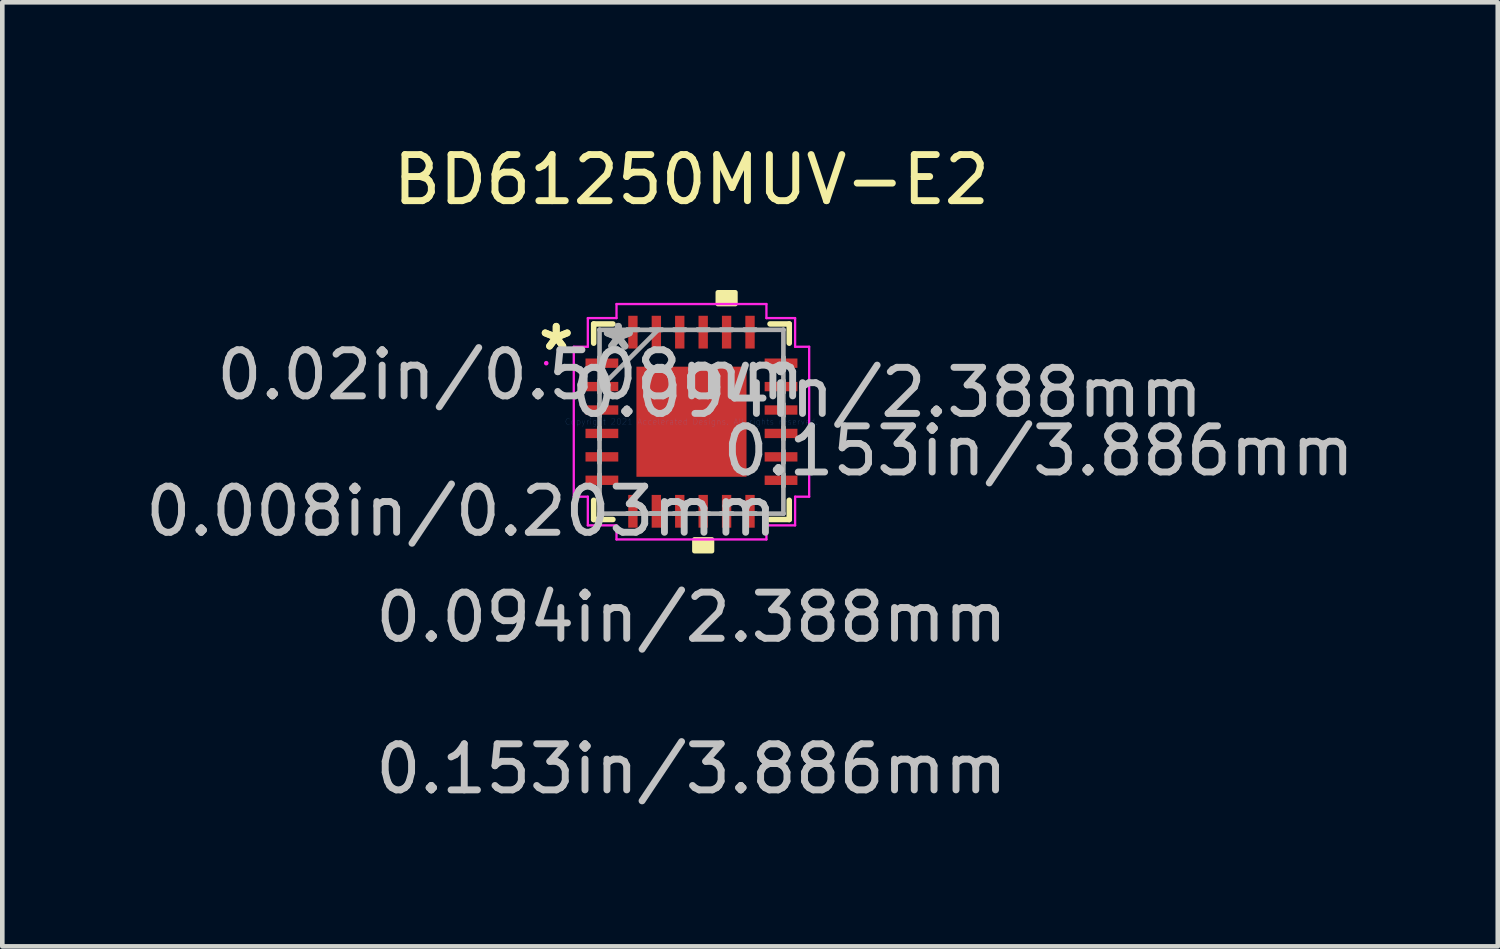
<source format=kicad_pcb>
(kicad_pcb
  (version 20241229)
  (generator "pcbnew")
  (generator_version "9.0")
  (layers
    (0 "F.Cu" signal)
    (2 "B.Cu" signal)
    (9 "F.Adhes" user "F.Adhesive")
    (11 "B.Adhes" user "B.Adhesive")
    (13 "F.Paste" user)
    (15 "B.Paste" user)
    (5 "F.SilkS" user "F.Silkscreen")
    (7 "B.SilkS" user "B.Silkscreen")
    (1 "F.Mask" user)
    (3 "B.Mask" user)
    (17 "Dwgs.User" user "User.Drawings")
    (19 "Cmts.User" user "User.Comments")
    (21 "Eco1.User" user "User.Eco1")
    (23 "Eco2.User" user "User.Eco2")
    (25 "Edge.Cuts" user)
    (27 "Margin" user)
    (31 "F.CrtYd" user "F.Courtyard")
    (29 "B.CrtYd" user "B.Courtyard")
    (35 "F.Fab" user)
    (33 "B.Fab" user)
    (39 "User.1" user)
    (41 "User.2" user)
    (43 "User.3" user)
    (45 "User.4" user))
  (footprint "BD61250MUV-E2"
    (layer "F.Cu")
    (at 11.949 6.098)
    (property "Reference" "BD61250MUV-E2" (at 0 -5.25 0) (layer "F.SilkS") (effects (font (size 1 1) (thickness 0.15))))
    (attr through_hole)
    (fp_line (start -2.121 -2.121) (end -2.121 -1.704) (stroke (width 0.12) (type solid)) (layer "F.SilkS"))
    (fp_line (start -2.121 1.704) (end -2.121 2.121) (stroke (width 0.12) (type solid)) (layer "F.SilkS"))
    (fp_line (start -2.121 2.121) (end -1.704 2.121) (stroke (width 0.12) (type solid)) (layer "F.SilkS"))
    (fp_line (start -1.704 -2.121) (end -2.121 -2.121) (stroke (width 0.12) (type solid)) (layer "F.SilkS"))
    (fp_line (start 1.704 2.121) (end 2.121 2.121) (stroke (width 0.12) (type solid)) (layer "F.SilkS"))
    (fp_line (start 2.121 -2.121) (end 1.704 -2.121) (stroke (width 0.12) (type solid)) (layer "F.SilkS"))
    (fp_line (start 2.121 -1.704) (end 2.121 -2.121) (stroke (width 0.12) (type solid)) (layer "F.SilkS"))
    (fp_line (start 2.121 2.121) (end 2.121 1.704) (stroke (width 0.12) (type solid)) (layer "F.SilkS"))
    (fp_poly (pts (xy 0.064 2.553) (xy 0.064 2.807) (xy 0.445 2.807) (xy 0.445 2.553)) (stroke (width 0.1) (type solid)) (fill yes) (layer "F.SilkS"))
    (fp_poly (pts (xy 0.572 -2.553) (xy 0.572 -2.807) (xy 0.953 -2.807) (xy 0.953 -2.553)) (stroke (width 0.1) (type solid)) (fill yes) (layer "F.SilkS"))
    (fp_line (start -2.553 -1.626) (end -2.248 -1.626) (stroke (width 0.05) (type solid)) (layer "F.CrtYd"))
    (fp_line (start -2.553 1.626) (end -2.553 -1.626) (stroke (width 0.05) (type solid)) (layer "F.CrtYd"))
    (fp_line (start -2.248 -2.248) (end -1.626 -2.248) (stroke (width 0.05) (type solid)) (layer "F.CrtYd"))
    (fp_line (start -2.248 -1.626) (end -2.248 -2.248) (stroke (width 0.05) (type solid)) (layer "F.CrtYd"))
    (fp_line (start -2.248 1.626) (end -2.553 1.626) (stroke (width 0.05) (type solid)) (layer "F.CrtYd"))
    (fp_line (start -2.248 2.248) (end -2.248 1.626) (stroke (width 0.05) (type solid)) (layer "F.CrtYd"))
    (fp_line (start -1.626 -2.553) (end 1.626 -2.553) (stroke (width 0.05) (type solid)) (layer "F.CrtYd"))
    (fp_line (start -1.626 -2.248) (end -1.626 -2.553) (stroke (width 0.05) (type solid)) (layer "F.CrtYd"))
    (fp_line (start -1.626 2.248) (end -2.248 2.248) (stroke (width 0.05) (type solid)) (layer "F.CrtYd"))
    (fp_line (start -1.626 2.553) (end -1.626 2.248) (stroke (width 0.05) (type solid)) (layer "F.CrtYd"))
    (fp_line (start 1.626 -2.553) (end 1.626 -2.248) (stroke (width 0.05) (type solid)) (layer "F.CrtYd"))
    (fp_line (start 1.626 -2.248) (end 2.248 -2.248) (stroke (width 0.05) (type solid)) (layer "F.CrtYd"))
    (fp_line (start 1.626 2.248) (end 1.626 2.553) (stroke (width 0.05) (type solid)) (layer "F.CrtYd"))
    (fp_line (start 1.626 2.553) (end -1.626 2.553) (stroke (width 0.05) (type solid)) (layer "F.CrtYd"))
    (fp_line (start 2.248 -2.248) (end 2.248 -1.626) (stroke (width 0.05) (type solid)) (layer "F.CrtYd"))
    (fp_line (start 2.248 -1.626) (end 2.553 -1.626) (stroke (width 0.05) (type solid)) (layer "F.CrtYd"))
    (fp_line (start 2.248 1.626) (end 2.248 2.248) (stroke (width 0.05) (type solid)) (layer "F.CrtYd"))
    (fp_line (start 2.248 2.248) (end 1.626 2.248) (stroke (width 0.05) (type solid)) (layer "F.CrtYd"))
    (fp_line (start 2.553 -1.626) (end 2.553 1.626) (stroke (width 0.05) (type solid)) (layer "F.CrtYd"))
    (fp_line (start 2.553 1.626) (end 2.248 1.626) (stroke (width 0.05) (type solid)) (layer "F.CrtYd"))
    (fp_circle (center -3.15 -1.27) (end -3.15 -1.27) (stroke (width 0.05) (type solid)) (fill no) (layer "F.CrtYd"))
    (fp_line (start -1.994 -1.994) (end -1.994 -1.994) (stroke (width 0.1) (type solid)) (layer "F.Fab"))
    (fp_line (start -1.994 -1.994) (end -1.994 1.994) (stroke (width 0.1) (type solid)) (layer "F.Fab"))
    (fp_line (start -1.994 -1.397) (end -1.994 -1.397) (stroke (width 0.1) (type solid)) (layer "F.Fab"))
    (fp_line (start -1.994 -1.397) (end -1.994 -1.143) (stroke (width 0.1) (type solid)) (layer "F.Fab"))
    (fp_line (start -1.994 -1.143) (end -1.994 -1.397) (stroke (width 0.1) (type solid)) (layer "F.Fab"))
    (fp_line (start -1.994 -1.143) (end -1.994 -1.143) (stroke (width 0.1) (type solid)) (layer "F.Fab"))
    (fp_line (start -1.994 -0.889) (end -1.994 -0.889) (stroke (width 0.1) (type solid)) (layer "F.Fab"))
    (fp_line (start -1.994 -0.889) (end -1.994 -0.635) (stroke (width 0.1) (type solid)) (layer "F.Fab"))
    (fp_line (start -1.994 -0.724) (end -0.724 -1.994) (stroke (width 0.1) (type solid)) (layer "F.Fab"))
    (fp_line (start -1.994 -0.635) (end -1.994 -0.889) (stroke (width 0.1) (type solid)) (layer "F.Fab"))
    (fp_line (start -1.994 -0.635) (end -1.994 -0.635) (stroke (width 0.1) (type solid)) (layer "F.Fab"))
    (fp_line (start -1.994 -0.381) (end -1.994 -0.381) (stroke (width 0.1) (type solid)) (layer "F.Fab"))
    (fp_line (start -1.994 -0.381) (end -1.994 -0.127) (stroke (width 0.1) (type solid)) (layer "F.Fab"))
    (fp_line (start -1.994 -0.127) (end -1.994 -0.381) (stroke (width 0.1) (type solid)) (layer "F.Fab"))
    (fp_line (start -1.994 -0.127) (end -1.994 -0.127) (stroke (width 0.1) (type solid)) (layer "F.Fab"))
    (fp_line (start -1.994 0.127) (end -1.994 0.127) (stroke (width 0.1) (type solid)) (layer "F.Fab"))
    (fp_line (start -1.994 0.127) (end -1.994 0.381) (stroke (width 0.1) (type solid)) (layer "F.Fab"))
    (fp_line (start -1.994 0.381) (end -1.994 0.127) (stroke (width 0.1) (type solid)) (layer "F.Fab"))
    (fp_line (start -1.994 0.381) (end -1.994 0.381) (stroke (width 0.1) (type solid)) (layer "F.Fab"))
    (fp_line (start -1.994 0.635) (end -1.994 0.635) (stroke (width 0.1) (type solid)) (layer "F.Fab"))
    (fp_line (start -1.994 0.635) (end -1.994 0.889) (stroke (width 0.1) (type solid)) (layer "F.Fab"))
    (fp_line (start -1.994 0.889) (end -1.994 0.635) (stroke (width 0.1) (type solid)) (layer "F.Fab"))
    (fp_line (start -1.994 0.889) (end -1.994 0.889) (stroke (width 0.1) (type solid)) (layer "F.Fab"))
    (fp_line (start -1.994 1.143) (end -1.994 1.143) (stroke (width 0.1) (type solid)) (layer "F.Fab"))
    (fp_line (start -1.994 1.143) (end -1.994 1.397) (stroke (width 0.1) (type solid)) (layer "F.Fab"))
    (fp_line (start -1.994 1.397) (end -1.994 1.143) (stroke (width 0.1) (type solid)) (layer "F.Fab"))
    (fp_line (start -1.994 1.397) (end -1.994 1.397) (stroke (width 0.1) (type solid)) (layer "F.Fab"))
    (fp_line (start -1.994 1.994) (end -1.994 1.994) (stroke (width 0.1) (type solid)) (layer "F.Fab"))
    (fp_line (start -1.994 1.994) (end 1.994 1.994) (stroke (width 0.1) (type solid)) (layer "F.Fab"))
    (fp_line (start -1.397 -1.994) (end -1.397 -1.994) (stroke (width 0.1) (type solid)) (layer "F.Fab"))
    (fp_line (start -1.397 -1.994) (end -1.143 -1.994) (stroke (width 0.1) (type solid)) (layer "F.Fab"))
    (fp_line (start -1.397 1.994) (end -1.397 1.994) (stroke (width 0.1) (type solid)) (layer "F.Fab"))
    (fp_line (start -1.397 1.994) (end -1.143 1.994) (stroke (width 0.1) (type solid)) (layer "F.Fab"))
    (fp_line (start -1.143 -1.994) (end -1.397 -1.994) (stroke (width 0.1) (type solid)) (layer "F.Fab"))
    (fp_line (start -1.143 -1.994) (end -1.143 -1.994) (stroke (width 0.1) (type solid)) (layer "F.Fab"))
    (fp_line (start -1.143 1.994) (end -1.397 1.994) (stroke (width 0.1) (type solid)) (layer "F.Fab"))
    (fp_line (start -1.143 1.994) (end -1.143 1.994) (stroke (width 0.1) (type solid)) (layer "F.Fab"))
    (fp_line (start -0.889 -1.994) (end -0.889 -1.994) (stroke (width 0.1) (type solid)) (layer "F.Fab"))
    (fp_line (start -0.889 -1.994) (end -0.635 -1.994) (stroke (width 0.1) (type solid)) (layer "F.Fab"))
    (fp_line (start -0.889 1.994) (end -0.889 1.994) (stroke (width 0.1) (type solid)) (layer "F.Fab"))
    (fp_line (start -0.889 1.994) (end -0.635 1.994) (stroke (width 0.1) (type solid)) (layer "F.Fab"))
    (fp_line (start -0.635 -1.994) (end -0.889 -1.994) (stroke (width 0.1) (type solid)) (layer "F.Fab"))
    (fp_line (start -0.635 -1.994) (end -0.635 -1.994) (stroke (width 0.1) (type solid)) (layer "F.Fab"))
    (fp_line (start -0.635 1.994) (end -0.889 1.994) (stroke (width 0.1) (type solid)) (layer "F.Fab"))
    (fp_line (start -0.635 1.994) (end -0.635 1.994) (stroke (width 0.1) (type solid)) (layer "F.Fab"))
    (fp_line (start -0.381 -1.994) (end -0.381 -1.994) (stroke (width 0.1) (type solid)) (layer "F.Fab"))
    (fp_line (start -0.381 -1.994) (end -0.127 -1.994) (stroke (width 0.1) (type solid)) (layer "F.Fab"))
    (fp_line (start -0.381 1.994) (end -0.381 1.994) (stroke (width 0.1) (type solid)) (layer "F.Fab"))
    (fp_line (start -0.381 1.994) (end -0.127 1.994) (stroke (width 0.1) (type solid)) (layer "F.Fab"))
    (fp_line (start -0.127 -1.994) (end -0.381 -1.994) (stroke (width 0.1) (type solid)) (layer "F.Fab"))
    (fp_line (start -0.127 -1.994) (end -0.127 -1.994) (stroke (width 0.1) (type solid)) (layer "F.Fab"))
    (fp_line (start -0.127 1.994) (end -0.381 1.994) (stroke (width 0.1) (type solid)) (layer "F.Fab"))
    (fp_line (start -0.127 1.994) (end -0.127 1.994) (stroke (width 0.1) (type solid)) (layer "F.Fab"))
    (fp_line (start 0.127 -1.994) (end 0.127 -1.994) (stroke (width 0.1) (type solid)) (layer "F.Fab"))
    (fp_line (start 0.127 -1.994) (end 0.381 -1.994) (stroke (width 0.1) (type solid)) (layer "F.Fab"))
    (fp_line (start 0.127 1.994) (end 0.127 1.994) (stroke (width 0.1) (type solid)) (layer "F.Fab"))
    (fp_line (start 0.127 1.994) (end 0.381 1.994) (stroke (width 0.1) (type solid)) (layer "F.Fab"))
    (fp_line (start 0.381 -1.994) (end 0.127 -1.994) (stroke (width 0.1) (type solid)) (layer "F.Fab"))
    (fp_line (start 0.381 -1.994) (end 0.381 -1.994) (stroke (width 0.1) (type solid)) (layer "F.Fab"))
    (fp_line (start 0.381 1.994) (end 0.127 1.994) (stroke (width 0.1) (type solid)) (layer "F.Fab"))
    (fp_line (start 0.381 1.994) (end 0.381 1.994) (stroke (width 0.1) (type solid)) (layer "F.Fab"))
    (fp_line (start 0.635 -1.994) (end 0.635 -1.994) (stroke (width 0.1) (type solid)) (layer "F.Fab"))
    (fp_line (start 0.635 -1.994) (end 0.889 -1.994) (stroke (width 0.1) (type solid)) (layer "F.Fab"))
    (fp_line (start 0.635 1.994) (end 0.635 1.994) (stroke (width 0.1) (type solid)) (layer "F.Fab"))
    (fp_line (start 0.635 1.994) (end 0.889 1.994) (stroke (width 0.1) (type solid)) (layer "F.Fab"))
    (fp_line (start 0.889 -1.994) (end 0.635 -1.994) (stroke (width 0.1) (type solid)) (layer "F.Fab"))
    (fp_line (start 0.889 -1.994) (end 0.889 -1.994) (stroke (width 0.1) (type solid)) (layer "F.Fab"))
    (fp_line (start 0.889 1.994) (end 0.635 1.994) (stroke (width 0.1) (type solid)) (layer "F.Fab"))
    (fp_line (start 0.889 1.994) (end 0.889 1.994) (stroke (width 0.1) (type solid)) (layer "F.Fab"))
    (fp_line (start 1.143 -1.994) (end 1.143 -1.994) (stroke (width 0.1) (type solid)) (layer "F.Fab"))
    (fp_line (start 1.143 -1.994) (end 1.397 -1.994) (stroke (width 0.1) (type solid)) (layer "F.Fab"))
    (fp_line (start 1.143 1.994) (end 1.143 1.994) (stroke (width 0.1) (type solid)) (layer "F.Fab"))
    (fp_line (start 1.143 1.994) (end 1.397 1.994) (stroke (width 0.1) (type solid)) (layer "F.Fab"))
    (fp_line (start 1.397 -1.994) (end 1.143 -1.994) (stroke (width 0.1) (type solid)) (layer "F.Fab"))
    (fp_line (start 1.397 -1.994) (end 1.397 -1.994) (stroke (width 0.1) (type solid)) (layer "F.Fab"))
    (fp_line (start 1.397 1.994) (end 1.143 1.994) (stroke (width 0.1) (type solid)) (layer "F.Fab"))
    (fp_line (start 1.397 1.994) (end 1.397 1.994) (stroke (width 0.1) (type solid)) (layer "F.Fab"))
    (fp_line (start 1.994 -1.994) (end -1.994 -1.994) (stroke (width 0.1) (type solid)) (layer "F.Fab"))
    (fp_line (start 1.994 -1.994) (end 1.994 -1.994) (stroke (width 0.1) (type solid)) (layer "F.Fab"))
    (fp_line (start 1.994 -1.397) (end 1.994 -1.397) (stroke (width 0.1) (type solid)) (layer "F.Fab"))
    (fp_line (start 1.994 -1.397) (end 1.994 -1.143) (stroke (width 0.1) (type solid)) (layer "F.Fab"))
    (fp_line (start 1.994 -1.143) (end 1.994 -1.397) (stroke (width 0.1) (type solid)) (layer "F.Fab"))
    (fp_line (start 1.994 -1.143) (end 1.994 -1.143) (stroke (width 0.1) (type solid)) (layer "F.Fab"))
    (fp_line (start 1.994 -0.889) (end 1.994 -0.889) (stroke (width 0.1) (type solid)) (layer "F.Fab"))
    (fp_line (start 1.994 -0.889) (end 1.994 -0.635) (stroke (width 0.1) (type solid)) (layer "F.Fab"))
    (fp_line (start 1.994 -0.635) (end 1.994 -0.889) (stroke (width 0.1) (type solid)) (layer "F.Fab"))
    (fp_line (start 1.994 -0.635) (end 1.994 -0.635) (stroke (width 0.1) (type solid)) (layer "F.Fab"))
    (fp_line (start 1.994 -0.381) (end 1.994 -0.381) (stroke (width 0.1) (type solid)) (layer "F.Fab"))
    (fp_line (start 1.994 -0.381) (end 1.994 -0.127) (stroke (width 0.1) (type solid)) (layer "F.Fab"))
    (fp_line (start 1.994 -0.127) (end 1.994 -0.381) (stroke (width 0.1) (type solid)) (layer "F.Fab"))
    (fp_line (start 1.994 -0.127) (end 1.994 -0.127) (stroke (width 0.1) (type solid)) (layer "F.Fab"))
    (fp_line (start 1.994 0.127) (end 1.994 0.127) (stroke (width 0.1) (type solid)) (layer "F.Fab"))
    (fp_line (start 1.994 0.127) (end 1.994 0.381) (stroke (width 0.1) (type solid)) (layer "F.Fab"))
    (fp_line (start 1.994 0.381) (end 1.994 0.127) (stroke (width 0.1) (type solid)) (layer "F.Fab"))
    (fp_line (start 1.994 0.381) (end 1.994 0.381) (stroke (width 0.1) (type solid)) (layer "F.Fab"))
    (fp_line (start 1.994 0.635) (end 1.994 0.635) (stroke (width 0.1) (type solid)) (layer "F.Fab"))
    (fp_line (start 1.994 0.635) (end 1.994 0.889) (stroke (width 0.1) (type solid)) (layer "F.Fab"))
    (fp_line (start 1.994 0.889) (end 1.994 0.635) (stroke (width 0.1) (type solid)) (layer "F.Fab"))
    (fp_line (start 1.994 0.889) (end 1.994 0.889) (stroke (width 0.1) (type solid)) (layer "F.Fab"))
    (fp_line (start 1.994 1.143) (end 1.994 1.143) (stroke (width 0.1) (type solid)) (layer "F.Fab"))
    (fp_line (start 1.994 1.143) (end 1.994 1.397) (stroke (width 0.1) (type solid)) (layer "F.Fab"))
    (fp_line (start 1.994 1.397) (end 1.994 1.143) (stroke (width 0.1) (type solid)) (layer "F.Fab"))
    (fp_line (start 1.994 1.397) (end 1.994 1.397) (stroke (width 0.1) (type solid)) (layer "F.Fab"))
    (fp_line (start 1.994 1.994) (end 1.994 -1.994) (stroke (width 0.1) (type solid)) (layer "F.Fab"))
    (fp_line (start 1.994 1.994) (end 1.994 1.994) (stroke (width 0.1) (type solid)) (layer "F.Fab"))
    (fp_text user "*" (at -2.934 -1.524 0) (layer "F.SilkS") (effects (font (size 1 1) (thickness 0.15))))
    (fp_text user "*" (at -2.934 -1.524 0) (layer "F.SilkS") (effects (font (size 1 1) (thickness 0.15))))
    (fp_text user "0.094in/2.388mm" (at 4.242 -0.635 0) (layer "Dwgs.User") (effects (font (size 1 1) (thickness 0.15))))
    (fp_text user "0.094in/2.388mm" (at 0 4.242 0) (layer "Dwgs.User") (effects (font (size 1 1) (thickness 0.15))))
    (fp_text user "0.153in/3.886mm" (at 7.531 0.635 0) (layer "Dwgs.User") (effects (font (size 1 1) (thickness 0.15))))
    (fp_text user "0.02in/0.508mm" (at -3.924 -1.016 0) (layer "Dwgs.User") (effects (font (size 1 1) (thickness 0.15))))
    (fp_text user "0.008in/0.203mm" (at -4.991 1.943 0) (layer "Dwgs.User") (effects (font (size 1 1) (thickness 0.15))))
    (fp_text user "0.153in/3.886mm" (at 0 7.531 0) (layer "Dwgs.User") (effects (font (size 1 1) (thickness 0.15))))
    (fp_text user "Copyright 2021 Accelerated Designs. All rights reserved." (at 0 0 0) (layer "Cmts.User") (effects (font (size 0.127 0.127) (thickness 0.002))))
    (fp_text user "*" (at -1.587 -1.524 0) (layer "F.Fab") (effects (font (size 1 1) (thickness 0.15))))
    (fp_text user "*" (at -1.587 -1.524 0) (layer "F.Fab") (effects (font (size 1 1) (thickness 0.15))))
    (pad "1" smd rect (at -1.943 -1.27 90) (size 0.203 0.711) (layers "F.Cu" "F.Mask" "F.Paste"))
    (pad "2" smd rect (at -1.943 -0.762 90) (size 0.203 0.711) (layers "F.Cu" "F.Mask" "F.Paste"))
    (pad "3" smd rect (at -1.943 -0.254 90) (size 0.203 0.711) (layers "F.Cu" "F.Mask" "F.Paste"))
    (pad "4" smd rect (at -1.943 0.254 90) (size 0.203 0.711) (layers "F.Cu" "F.Mask" "F.Paste"))
    (pad "5" smd rect (at -1.943 0.762 90) (size 0.203 0.711) (layers "F.Cu" "F.Mask" "F.Paste"))
    (pad "6" smd rect (at -1.943 1.27 90) (size 0.203 0.711) (layers "F.Cu" "F.Mask" "F.Paste"))
    (pad "7" smd rect (at -1.27 1.943) (size 0.203 0.711) (layers "F.Cu" "F.Mask" "F.Paste"))
    (pad "8" smd rect (at -0.762 1.943) (size 0.203 0.711) (layers "F.Cu" "F.Mask" "F.Paste"))
    (pad "9" smd rect (at -0.254 1.943) (size 0.203 0.711) (layers "F.Cu" "F.Mask" "F.Paste"))
    (pad "10" smd rect (at 0.254 1.943) (size 0.203 0.711) (layers "F.Cu" "F.Mask" "F.Paste"))
    (pad "11" smd rect (at 0.762 1.943) (size 0.203 0.711) (layers "F.Cu" "F.Mask" "F.Paste"))
    (pad "12" smd rect (at 1.27 1.943) (size 0.203 0.711) (layers "F.Cu" "F.Mask" "F.Paste"))
    (pad "13" smd rect (at 1.943 1.27 90) (size 0.203 0.711) (layers "F.Cu" "F.Mask" "F.Paste"))
    (pad "14" smd rect (at 1.943 0.762 90) (size 0.203 0.711) (layers "F.Cu" "F.Mask" "F.Paste"))
    (pad "15" smd rect (at 1.943 0.254 90) (size 0.203 0.711) (layers "F.Cu" "F.Mask" "F.Paste"))
    (pad "16" smd rect (at 1.943 -0.254 90) (size 0.203 0.711) (layers "F.Cu" "F.Mask" "F.Paste"))
    (pad "17" smd rect (at 1.943 -0.762 90) (size 0.203 0.711) (layers "F.Cu" "F.Mask" "F.Paste"))
    (pad "18" smd rect (at 1.943 -1.27 90) (size 0.203 0.711) (layers "F.Cu" "F.Mask" "F.Paste"))
    (pad "19" smd rect (at 1.27 -1.943) (size 0.203 0.711) (layers "F.Cu" "F.Mask" "F.Paste"))
    (pad "20" smd rect (at 0.762 -1.943) (size 0.203 0.711) (layers "F.Cu" "F.Mask" "F.Paste"))
    (pad "21" smd rect (at 0.254 -1.943) (size 0.203 0.711) (layers "F.Cu" "F.Mask" "F.Paste"))
    (pad "22" smd rect (at -0.254 -1.943) (size 0.203 0.711) (layers "F.Cu" "F.Mask" "F.Paste"))
    (pad "23" smd rect (at -0.762 -1.943) (size 0.203 0.711) (layers "F.Cu" "F.Mask" "F.Paste"))
    (pad "24" smd rect (at -1.27 -1.943) (size 0.203 0.711) (layers "F.Cu" "F.Mask" "F.Paste"))
    (pad "25" smd rect (at 0 0) (size 2.388 2.388) (layers "F.Cu" "F.Mask" "F.Paste")))
  (gr_rect
    (start -3 -3)
    (end 29.439 17.478)
    (stroke (width 0.1) (type default))
    (fill no)
    (layer "Edge.Cuts")))
</source>
